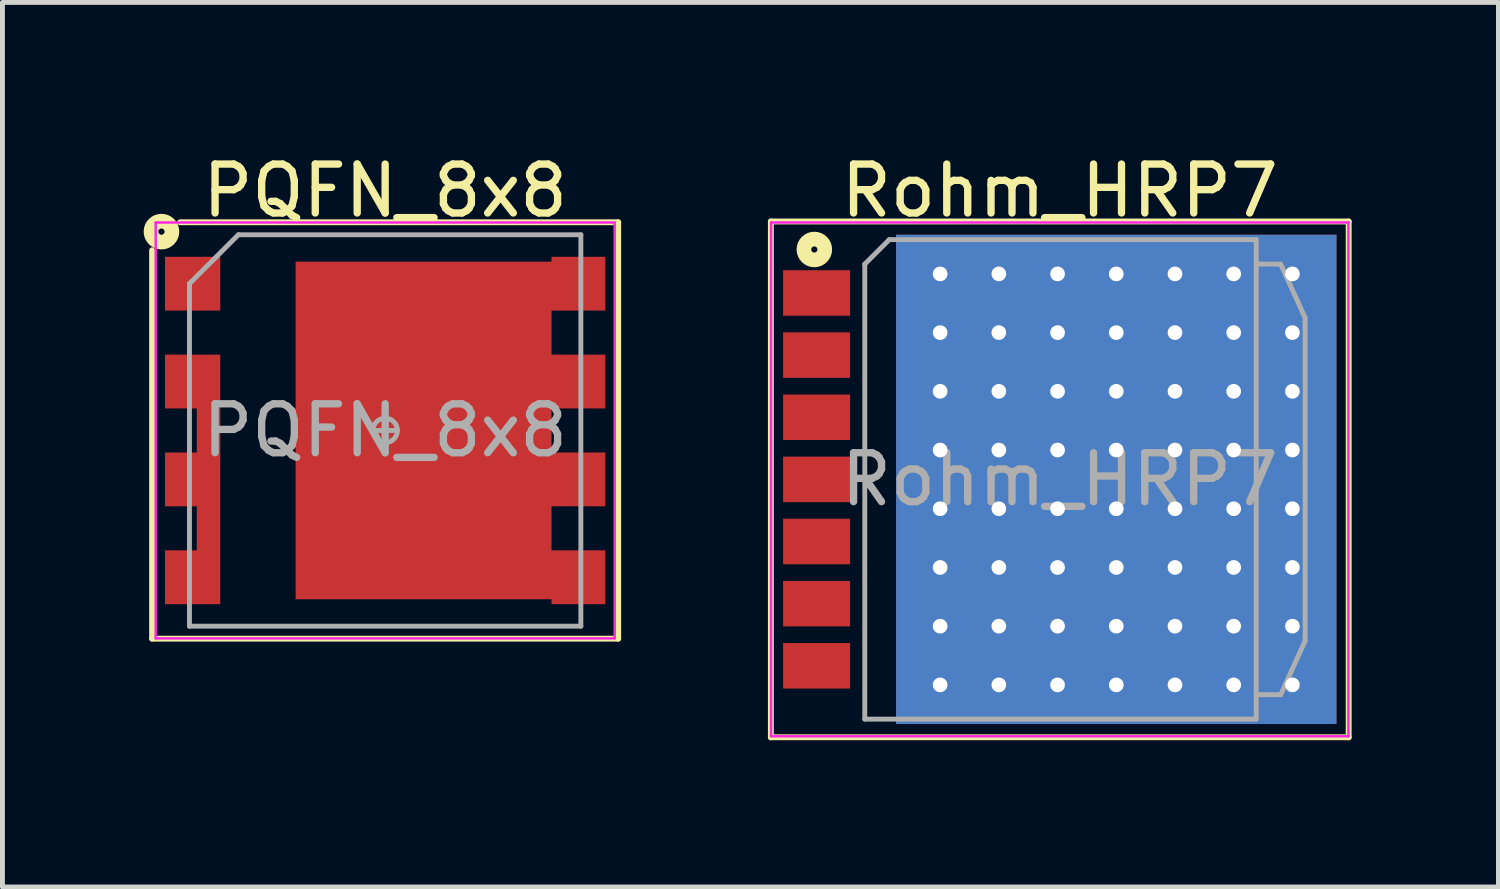
<source format=kicad_pcb>
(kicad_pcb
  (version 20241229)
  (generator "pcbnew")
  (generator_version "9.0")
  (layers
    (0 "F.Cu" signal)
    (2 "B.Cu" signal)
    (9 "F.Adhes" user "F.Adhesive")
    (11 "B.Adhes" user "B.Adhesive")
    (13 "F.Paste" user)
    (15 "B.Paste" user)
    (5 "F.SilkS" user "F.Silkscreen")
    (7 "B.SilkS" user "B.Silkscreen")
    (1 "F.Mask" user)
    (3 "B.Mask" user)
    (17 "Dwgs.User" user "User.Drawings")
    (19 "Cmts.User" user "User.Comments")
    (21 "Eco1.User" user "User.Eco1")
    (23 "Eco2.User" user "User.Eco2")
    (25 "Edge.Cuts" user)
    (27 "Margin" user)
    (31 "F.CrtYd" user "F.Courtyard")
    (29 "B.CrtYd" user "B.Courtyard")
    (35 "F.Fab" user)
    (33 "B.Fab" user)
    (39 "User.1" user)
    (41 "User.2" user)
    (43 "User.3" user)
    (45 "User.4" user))
  (footprint "Rohm_HRP7"
    (layer "F.Cu")
    (at 18.61 6.748)
    (property "Reference" "Rohm_HRP7" (at 0 -5.9 0) (layer "F.SilkS") (effects (font (size 1 1) (thickness 0.15))))
    (attr smd)
    (fp_line (start -5.905 -5.271) (end -5.905 5.271) (stroke (width 0.12) (type solid)) (layer "F.SilkS"))
    (fp_line (start -5.905 5.271) (end 5.905 5.271) (stroke (width 0.12) (type solid)) (layer "F.SilkS"))
    (fp_line (start 5.905 -5.271) (end -5.905 -5.271) (stroke (width 0.12) (type solid)) (layer "F.SilkS"))
    (fp_line (start 5.905 5.271) (end 5.905 -5.271) (stroke (width 0.12) (type solid)) (layer "F.SilkS"))
    (fp_circle (center -5.016 -4.699) (end -4.953 -4.699) (stroke (width 0.3) (type solid)) (fill no) (layer "F.SilkS"))
    (fp_line (start -5.9 -5.25) (end -5.9 5.25) (stroke (width 0.05) (type solid)) (layer "F.CrtYd"))
    (fp_line (start -5.9 -5.25) (end 5.9 -5.25) (stroke (width 0.05) (type solid)) (layer "F.CrtYd"))
    (fp_line (start 5.9 5.25) (end -5.9 5.25) (stroke (width 0.05) (type solid)) (layer "F.CrtYd"))
    (fp_line (start 5.9 5.25) (end 5.9 -5.25) (stroke (width 0.05) (type solid)) (layer "F.CrtYd"))
    (fp_line (start -3.985 -4.4) (end -3.485 -4.9) (stroke (width 0.1) (type solid)) (layer "F.Fab"))
    (fp_line (start -3.985 4.9) (end -3.985 -4.4) (stroke (width 0.1) (type solid)) (layer "F.Fab"))
    (fp_line (start -3.485 -4.9) (end 4.015 -4.9) (stroke (width 0.1) (type solid)) (layer "F.Fab"))
    (fp_line (start 4.015 -4.9) (end 4.015 4.9) (stroke (width 0.1) (type solid)) (layer "F.Fab"))
    (fp_line (start 4.015 -4.4) (end 4.515 -4.4) (stroke (width 0.1) (type solid)) (layer "F.Fab"))
    (fp_line (start 4.015 4.9) (end -3.985 4.9) (stroke (width 0.1) (type solid)) (layer "F.Fab"))
    (fp_line (start 4.515 -4.4) (end 5.015 -3.3) (stroke (width 0.1) (type solid)) (layer "F.Fab"))
    (fp_line (start 4.515 4.4) (end 4.015 4.4) (stroke (width 0.1) (type solid)) (layer "F.Fab"))
    (fp_line (start 5.015 -3.3) (end 5.015 3.3) (stroke (width 0.1) (type solid)) (layer "F.Fab"))
    (fp_line (start 5.015 3.3) (end 4.515 4.4) (stroke (width 0.1) (type solid)) (layer "F.Fab"))
    (fp_text user "${REFERENCE}" (at 0 0 0) (layer "F.Fab") (effects (font (size 1 1) (thickness 0.15))))
    (pad "" smd rect (at -1.095 -2.5) (size 4 4.5) (layers "F.Paste"))
    (pad "" smd rect (at -1.095 2.5) (size 4 4.5) (layers "F.Paste"))
    (pad "" smd rect (at 3.405 -2.5) (size 4 4.5) (layers "F.Paste"))
    (pad "" smd rect (at 3.405 2.5) (size 4 4.5) (layers "F.Paste"))
    (pad "1" smd rect (at -4.97 -3.81) (size 1.37 0.93) (layers "F.Cu" "F.Mask" "F.Paste"))
    (pad "2" smd rect (at -4.97 -2.54) (size 1.37 0.93) (layers "F.Cu" "F.Mask" "F.Paste"))
    (pad "3" smd rect (at -4.97 -1.27) (size 1.37 0.93) (layers "F.Cu" "F.Mask" "F.Paste"))
    (pad "4" smd rect (at -4.97 0) (size 1.37 0.93) (layers "F.Cu" "F.Mask" "F.Paste"))
    (pad "4" thru_hole circle (at -2.445 -4.2) (size 0.6 0.6) (drill 0.3) (layers "*.Cu"))
    (pad "4" thru_hole circle (at -2.445 -3) (size 0.6 0.6) (drill 0.3) (layers "*.Cu"))
    (pad "4" thru_hole circle (at -2.445 -1.8) (size 0.6 0.6) (drill 0.3) (layers "*.Cu"))
    (pad "4" thru_hole circle (at -2.445 -0.6) (size 0.6 0.6) (drill 0.3) (layers "*.Cu"))
    (pad "4" thru_hole circle (at -2.445 0.6) (size 0.6 0.6) (drill 0.3) (layers "*.Cu"))
    (pad "4" thru_hole circle (at -2.445 1.8) (size 0.6 0.6) (drill 0.3) (layers "*.Cu"))
    (pad "4" thru_hole circle (at -2.445 3) (size 0.6 0.6) (drill 0.3) (layers "*.Cu"))
    (pad "4" thru_hole circle (at -2.445 4.2) (size 0.6 0.6) (drill 0.3) (layers "*.Cu"))
    (pad "4" thru_hole circle (at -1.245 -4.2) (size 0.6 0.6) (drill 0.3) (layers "*.Cu"))
    (pad "4" thru_hole circle (at -1.245 -3) (size 0.6 0.6) (drill 0.3) (layers "*.Cu"))
    (pad "4" thru_hole circle (at -1.245 -1.8) (size 0.6 0.6) (drill 0.3) (layers "*.Cu"))
    (pad "4" thru_hole circle (at -1.245 -0.6) (size 0.6 0.6) (drill 0.3) (layers "*.Cu"))
    (pad "4" thru_hole circle (at -1.245 0.6) (size 0.6 0.6) (drill 0.3) (layers "*.Cu"))
    (pad "4" thru_hole circle (at -1.245 1.8) (size 0.6 0.6) (drill 0.3) (layers "*.Cu"))
    (pad "4" thru_hole circle (at -1.245 3) (size 0.6 0.6) (drill 0.3) (layers "*.Cu"))
    (pad "4" thru_hole circle (at -1.245 4.2) (size 0.6 0.6) (drill 0.3) (layers "*.Cu"))
    (pad "4" thru_hole circle (at -0.045 -4.2) (size 0.6 0.6) (drill 0.3) (layers "*.Cu"))
    (pad "4" thru_hole circle (at -0.045 -3) (size 0.6 0.6) (drill 0.3) (layers "*.Cu"))
    (pad "4" thru_hole circle (at -0.045 -1.8) (size 0.6 0.6) (drill 0.3) (layers "*.Cu"))
    (pad "4" thru_hole circle (at -0.045 -0.6) (size 0.6 0.6) (drill 0.3) (layers "*.Cu"))
    (pad "4" thru_hole circle (at -0.045 0.6) (size 0.6 0.6) (drill 0.3) (layers "*.Cu"))
    (pad "4" thru_hole circle (at -0.045 1.8) (size 0.6 0.6) (drill 0.3) (layers "*.Cu"))
    (pad "4" thru_hole circle (at -0.045 3) (size 0.6 0.6) (drill 0.3) (layers "*.Cu"))
    (pad "4" thru_hole circle (at -0.045 4.2) (size 0.6 0.6) (drill 0.3) (layers "*.Cu"))
    (pad "4" thru_hole circle (at 1.155 -4.2) (size 0.6 0.6) (drill 0.3) (layers "*.Cu"))
    (pad "4" thru_hole circle (at 1.155 -3) (size 0.6 0.6) (drill 0.3) (layers "*.Cu"))
    (pad "4" thru_hole circle (at 1.155 -1.8) (size 0.6 0.6) (drill 0.3) (layers "*.Cu"))
    (pad "4" thru_hole circle (at 1.155 -0.6) (size 0.6 0.6) (drill 0.3) (layers "*.Cu"))
    (pad "4" smd rect (at 1.155 0) (size 9 10) (layers "F.Cu" "F.Mask"))
    (pad "4" smd rect (at 1.155 0) (size 9 10) (layers "B.Cu"))
    (pad "4" thru_hole circle (at 1.155 0.6) (size 0.6 0.6) (drill 0.3) (layers "*.Cu"))
    (pad "4" thru_hole circle (at 1.155 1.8) (size 0.6 0.6) (drill 0.3) (layers "*.Cu"))
    (pad "4" thru_hole circle (at 1.155 3) (size 0.6 0.6) (drill 0.3) (layers "*.Cu"))
    (pad "4" thru_hole circle (at 1.155 4.2) (size 0.6 0.6) (drill 0.3) (layers "*.Cu"))
    (pad "4" thru_hole circle (at 2.355 -4.2) (size 0.6 0.6) (drill 0.3) (layers "*.Cu"))
    (pad "4" thru_hole circle (at 2.355 -3) (size 0.6 0.6) (drill 0.3) (layers "*.Cu"))
    (pad "4" thru_hole circle (at 2.355 -1.8) (size 0.6 0.6) (drill 0.3) (layers "*.Cu"))
    (pad "4" thru_hole circle (at 2.355 -0.6) (size 0.6 0.6) (drill 0.3) (layers "*.Cu"))
    (pad "4" thru_hole circle (at 2.355 0.6) (size 0.6 0.6) (drill 0.3) (layers "*.Cu"))
    (pad "4" thru_hole circle (at 2.355 1.8) (size 0.6 0.6) (drill 0.3) (layers "*.Cu"))
    (pad "4" thru_hole circle (at 2.355 3) (size 0.6 0.6) (drill 0.3) (layers "*.Cu"))
    (pad "4" thru_hole circle (at 2.355 4.2) (size 0.6 0.6) (drill 0.3) (layers "*.Cu"))
    (pad "4" thru_hole circle (at 3.555 -4.2) (size 0.6 0.6) (drill 0.3) (layers "*.Cu"))
    (pad "4" thru_hole circle (at 3.555 -3) (size 0.6 0.6) (drill 0.3) (layers "*.Cu"))
    (pad "4" thru_hole circle (at 3.555 -1.8) (size 0.6 0.6) (drill 0.3) (layers "*.Cu"))
    (pad "4" thru_hole circle (at 3.555 -0.6) (size 0.6 0.6) (drill 0.3) (layers "*.Cu"))
    (pad "4" thru_hole circle (at 3.555 0.6) (size 0.6 0.6) (drill 0.3) (layers "*.Cu"))
    (pad "4" thru_hole circle (at 3.555 1.8) (size 0.6 0.6) (drill 0.3) (layers "*.Cu"))
    (pad "4" thru_hole circle (at 3.555 3) (size 0.6 0.6) (drill 0.3) (layers "*.Cu"))
    (pad "4" thru_hole circle (at 3.555 4.2) (size 0.6 0.6) (drill 0.3) (layers "*.Cu"))
    (pad "4" thru_hole circle (at 4.755 -4.2) (size 0.6 0.6) (drill 0.3) (layers "*.Cu"))
    (pad "4" thru_hole circle (at 4.755 -3) (size 0.6 0.6) (drill 0.3) (layers "*.Cu"))
    (pad "4" thru_hole circle (at 4.755 -1.8) (size 0.6 0.6) (drill 0.3) (layers "*.Cu"))
    (pad "4" thru_hole circle (at 4.755 -0.6) (size 0.6 0.6) (drill 0.3) (layers "*.Cu"))
    (pad "4" thru_hole circle (at 4.755 0.6) (size 0.6 0.6) (drill 0.3) (layers "*.Cu"))
    (pad "4" thru_hole circle (at 4.755 1.8) (size 0.6 0.6) (drill 0.3) (layers "*.Cu"))
    (pad "4" thru_hole circle (at 4.755 3) (size 0.6 0.6) (drill 0.3) (layers "*.Cu"))
    (pad "4" thru_hole circle (at 4.755 4.2) (size 0.6 0.6) (drill 0.3) (layers "*.Cu"))
    (pad "5" smd rect (at -4.97 1.27) (size 1.37 0.93) (layers "F.Cu" "F.Mask" "F.Paste"))
    (pad "6" smd rect (at -4.97 2.54) (size 1.37 0.93) (layers "F.Cu" "F.Mask" "F.Paste"))
    (pad "7" smd rect (at -4.97 3.81) (size 1.37 0.93) (layers "F.Cu" "F.Mask" "F.Paste")))
  (footprint "PQFN_8x8"
    (layer "F.Cu")
    (at 4.822 5.748)
    (property "Reference" "PQFN_8x8" (at 0 -4.9 0) (layer "F.SilkS") (effects (font (size 1 1) (thickness 0.15))))
    (attr smd)
    (fp_line (start -4.763 -3.683) (end -4.763 4.255) (stroke (width 0.12) (type solid)) (layer "F.SilkS"))
    (fp_line (start -4.763 4.255) (end 4.763 4.255) (stroke (width 0.12) (type solid)) (layer "F.SilkS"))
    (fp_line (start 4.763 -4.255) (end -4.191 -4.255) (stroke (width 0.12) (type solid)) (layer "F.SilkS"))
    (fp_line (start 4.763 4.255) (end 4.763 -4.255) (stroke (width 0.12) (type solid)) (layer "F.SilkS"))
    (fp_circle (center -4.572 -4.064) (end -4.508 -4.064) (stroke (width 0.3) (type solid)) (fill no) (layer "F.SilkS"))
    (fp_line (start -4.69 -4.25) (end 4.69 -4.25) (stroke (width 0.05) (type solid)) (layer "F.CrtYd"))
    (fp_line (start -4.69 4.25) (end -4.69 -4.25) (stroke (width 0.05) (type solid)) (layer "F.CrtYd"))
    (fp_line (start 4.69 -4.25) (end 4.69 4.25) (stroke (width 0.05) (type solid)) (layer "F.CrtYd"))
    (fp_line (start 4.69 4.25) (end -4.69 4.25) (stroke (width 0.05) (type solid)) (layer "F.CrtYd"))
    (fp_line (start -4 4) (end -4 -3) (stroke (width 0.1) (type solid)) (layer "F.Fab"))
    (fp_line (start -3 -4) (end -4 -3) (stroke (width 0.1) (type solid)) (layer "F.Fab"))
    (fp_line (start -3 -4) (end 4 -4) (stroke (width 0.1) (type solid)) (layer "F.Fab"))
    (fp_line (start 0 0.25) (end 0 -0.25) (stroke (width 0.1) (type solid)) (layer "F.Fab"))
    (fp_line (start 0.25 0) (end -0.25 0) (stroke (width 0.1) (type solid)) (layer "F.Fab"))
    (fp_line (start 4 -4) (end 4 4) (stroke (width 0.1) (type solid)) (layer "F.Fab"))
    (fp_line (start 4 4) (end -4 4) (stroke (width 0.1) (type solid)) (layer "F.Fab"))
    (fp_circle (center 0 0) (end 0 0.25) (stroke (width 0.1) (type solid)) (fill no) (layer "F.Fab"))
    (fp_text user "${REFERENCE}" (at 0 0 0) (layer "F.Fab") (effects (font (size 1 1) (thickness 0.15))))
    (pad "" smd rect (at -0.5 -2.25 270) (size 1.5 1.5) (layers "F.Paste"))
    (pad "" smd rect (at -0.5 0 270) (size 1.5 1.5) (layers "F.Paste"))
    (pad "" smd rect (at -0.5 2.25 270) (size 1.5 1.5) (layers "F.Paste"))
    (pad "" smd rect (at 2 -2.25 270) (size 1.5 1.5) (layers "F.Paste"))
    (pad "" smd rect (at 2 0 270) (size 1.5 1.5) (layers "F.Paste"))
    (pad "" smd rect (at 2 2.25 270) (size 1.5 1.5) (layers "F.Paste"))
    (pad "1" smd rect (at -3.935 -3) (size 1.13 1.1) (layers "F.Cu" "F.Mask" "F.Paste"))
    (pad "2" smd custom (at -3.61 1) (size 0.48 5.1) (layers "F.Cu" "F.Mask" "F.Paste") (options (anchor rect)) (primitives (gr_poly (pts (xy -0.24 -1.45) (xy -0.89 -1.45) (xy -0.89 -2.55) (xy -0.24 -2.55)) (width 0) (fill yes)) (gr_poly (pts (xy -0.24 0.55) (xy -0.89 0.55) (xy -0.89 -0.55) (xy -0.24 -0.55)) (width 0) (fill yes)) (gr_poly (pts (xy -0.24 2.55) (xy -0.89 2.55) (xy -0.89 1.45) (xy -0.24 1.45)) (width 0) (fill yes))))
    (pad "3" smd custom (at 0.785 0) (size 5.23 6.9) (layers "F.Cu" "F.Mask") (options (anchor rect)) (primitives (gr_poly (pts (xy 3.715 -2.45) (xy 2.615 -2.45) (xy 2.615 -3.55) (xy 3.715 -3.55)) (width 0) (fill yes)) (gr_poly (pts (xy 3.715 -0.45) (xy 2.615 -0.45) (xy 2.615 -1.55) (xy 3.715 -1.55)) (width 0) (fill yes)) (gr_poly (pts (xy 3.715 1.55) (xy 2.615 1.55) (xy 2.615 0.45) (xy 3.715 0.45)) (width 0) (fill yes)) (gr_poly (pts (xy 3.715 3.55) (xy 2.615 3.55) (xy 2.615 2.45) (xy 3.715 2.45)) (width 0) (fill yes)))))
  (gr_rect
    (start -3 -3)
    (end 27.576 15.079)
    (stroke (width 0.1) (type default))
    (fill no)
    (layer "Edge.Cuts")))
</source>
